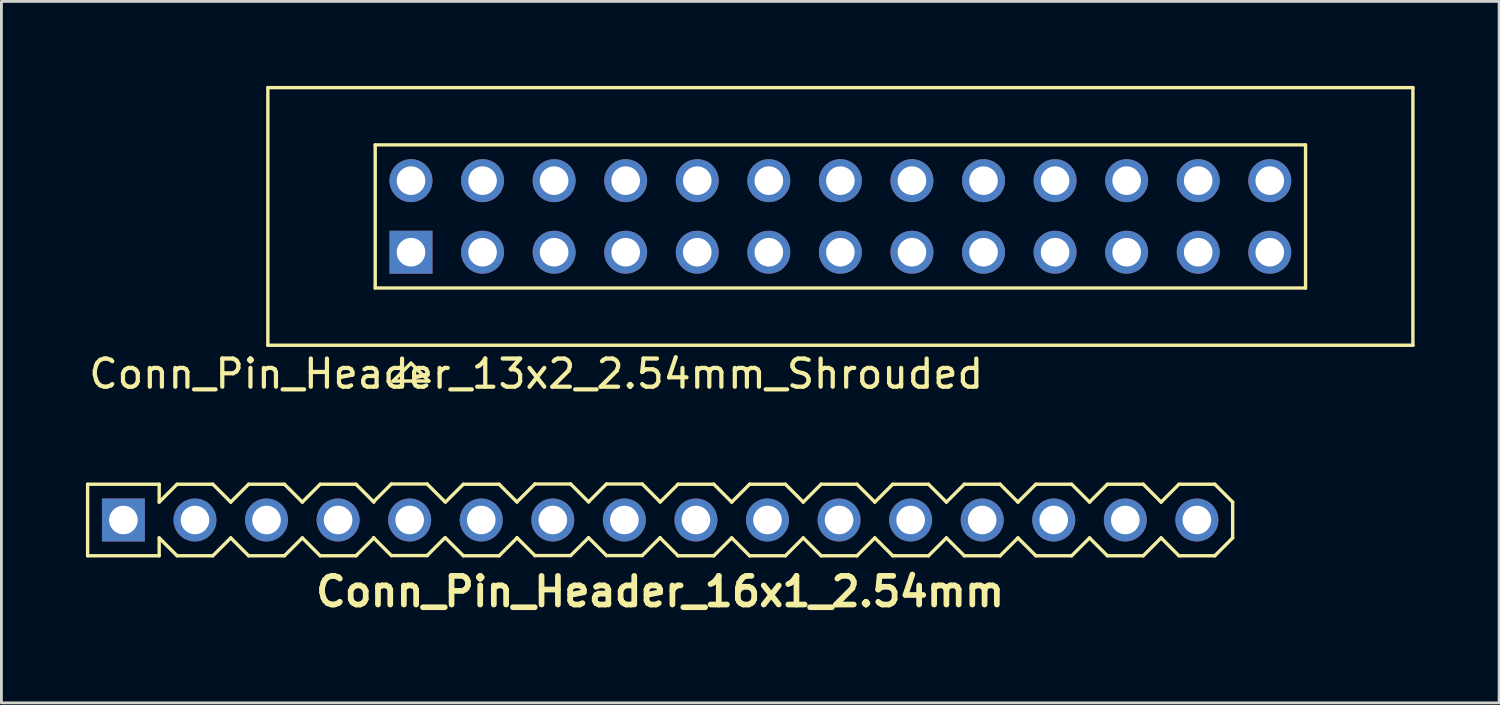
<source format=kicad_pcb>
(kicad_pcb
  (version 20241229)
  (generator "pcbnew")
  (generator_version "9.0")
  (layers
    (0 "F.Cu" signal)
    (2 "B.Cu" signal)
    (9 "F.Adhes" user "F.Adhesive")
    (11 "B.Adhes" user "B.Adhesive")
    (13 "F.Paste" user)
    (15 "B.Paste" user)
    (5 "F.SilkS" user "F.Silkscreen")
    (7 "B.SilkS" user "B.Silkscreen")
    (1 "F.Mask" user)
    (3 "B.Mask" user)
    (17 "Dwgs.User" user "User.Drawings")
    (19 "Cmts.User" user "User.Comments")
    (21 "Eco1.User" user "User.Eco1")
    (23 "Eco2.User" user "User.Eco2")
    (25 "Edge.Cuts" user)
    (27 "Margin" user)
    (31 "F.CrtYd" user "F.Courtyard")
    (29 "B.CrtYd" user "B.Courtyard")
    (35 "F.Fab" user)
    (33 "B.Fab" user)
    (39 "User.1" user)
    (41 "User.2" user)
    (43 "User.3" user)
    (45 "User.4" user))
  (footprint "Conn_Pin_Header_13x2_2.54mm_Shrouded"
    (layer "F.Cu")
    (at 26.777 4.632)
    (property "Reference" "Conn_Pin_Header_13x2_2.54mm_Shrouded" (at -10.795 5.588 0) (layer "F.SilkS") (effects (font (size 1 1) (thickness 0.15))))
    (attr through_hole)
    (fp_line (start -20.32 4.572) (end -20.32 -4.572) (stroke (width 0.12) (type solid)) (layer "F.SilkS"))
    (fp_line (start -20.32 4.572) (end 20.32 4.572) (stroke (width 0.12) (type solid)) (layer "F.SilkS"))
    (fp_line (start -16.51 -2.54) (end 16.51 -2.54) (stroke (width 0.12) (type solid)) (layer "F.SilkS"))
    (fp_line (start -16.51 2.54) (end -16.51 -2.54) (stroke (width 0.12) (type solid)) (layer "F.SilkS"))
    (fp_line (start -15.875 5.842) (end -15.24 5.207) (stroke (width 0.12) (type solid)) (layer "F.SilkS"))
    (fp_line (start -15.24 5.207) (end -14.605 5.842) (stroke (width 0.12) (type solid)) (layer "F.SilkS"))
    (fp_line (start -14.605 5.842) (end -15.875 5.842) (stroke (width 0.12) (type solid)) (layer "F.SilkS"))
    (fp_line (start 16.51 -2.54) (end 16.51 2.54) (stroke (width 0.12) (type solid)) (layer "F.SilkS"))
    (fp_line (start 16.51 2.54) (end -16.51 2.54) (stroke (width 0.12) (type solid)) (layer "F.SilkS"))
    (fp_line (start 20.32 -4.572) (end -20.32 -4.572) (stroke (width 0.12) (type solid)) (layer "F.SilkS"))
    (fp_line (start 20.32 -4.572) (end 20.32 4.572) (stroke (width 0.12) (type solid)) (layer "F.SilkS"))
    (pad "1" thru_hole rect (at -15.24 1.27) (size 1.524 1.524) (drill 1.016) (layers "*.Cu" "*.Mask"))
    (pad "2" thru_hole circle (at -15.24 -1.27) (size 1.524 1.524) (drill 1.016) (layers "*.Cu" "*.Mask"))
    (pad "3" thru_hole circle (at -12.7 1.27) (size 1.524 1.524) (drill 1.016) (layers "*.Cu" "*.Mask"))
    (pad "4" thru_hole circle (at -12.7 -1.27) (size 1.524 1.524) (drill 1.016) (layers "*.Cu" "*.Mask"))
    (pad "5" thru_hole circle (at -10.16 1.27) (size 1.524 1.524) (drill 1.016) (layers "*.Cu" "*.Mask"))
    (pad "6" thru_hole circle (at -10.16 -1.27) (size 1.524 1.524) (drill 1.016) (layers "*.Cu" "*.Mask"))
    (pad "7" thru_hole circle (at -7.62 1.27) (size 1.524 1.524) (drill 1.016) (layers "*.Cu" "*.Mask"))
    (pad "8" thru_hole circle (at -7.62 -1.27) (size 1.524 1.524) (drill 1.016) (layers "*.Cu" "*.Mask"))
    (pad "9" thru_hole circle (at -5.08 1.27) (size 1.524 1.524) (drill 1.016) (layers "*.Cu" "*.Mask"))
    (pad "10" thru_hole circle (at -5.08 -1.27) (size 1.524 1.524) (drill 1.016) (layers "*.Cu" "*.Mask"))
    (pad "11" thru_hole circle (at -2.54 1.27) (size 1.524 1.524) (drill 1.016) (layers "*.Cu" "*.Mask"))
    (pad "12" thru_hole circle (at -2.54 -1.27) (size 1.524 1.524) (drill 1.016) (layers "*.Cu" "*.Mask"))
    (pad "13" thru_hole circle (at 0 1.27) (size 1.524 1.524) (drill 1.016) (layers "*.Cu" "*.Mask"))
    (pad "14" thru_hole circle (at 0 -1.27) (size 1.524 1.524) (drill 1.016) (layers "*.Cu" "*.Mask"))
    (pad "15" thru_hole circle (at 2.54 1.27) (size 1.524 1.524) (drill 1.016) (layers "*.Cu" "*.Mask"))
    (pad "16" thru_hole circle (at 2.54 -1.27) (size 1.524 1.524) (drill 1.016) (layers "*.Cu" "*.Mask"))
    (pad "17" thru_hole circle (at 5.08 1.27) (size 1.524 1.524) (drill 1.016) (layers "*.Cu" "*.Mask"))
    (pad "18" thru_hole circle (at 5.08 -1.27) (size 1.524 1.524) (drill 1.016) (layers "*.Cu" "*.Mask"))
    (pad "19" thru_hole circle (at 7.62 1.27) (size 1.524 1.524) (drill 1.016) (layers "*.Cu" "*.Mask"))
    (pad "20" thru_hole circle (at 7.62 -1.27) (size 1.524 1.524) (drill 1.016) (layers "*.Cu" "*.Mask"))
    (pad "21" thru_hole circle (at 10.16 1.27) (size 1.524 1.524) (drill 1.016) (layers "*.Cu" "*.Mask"))
    (pad "22" thru_hole circle (at 10.16 -1.27) (size 1.524 1.524) (drill 1.016) (layers "*.Cu" "*.Mask"))
    (pad "23" thru_hole circle (at 12.7 1.27) (size 1.524 1.524) (drill 1.016) (layers "*.Cu" "*.Mask"))
    (pad "24" thru_hole circle (at 12.7 -1.27) (size 1.524 1.524) (drill 1.016) (layers "*.Cu" "*.Mask"))
    (pad "25" thru_hole circle (at 15.24 1.27) (size 1.524 1.524) (drill 1.016) (layers "*.Cu" "*.Mask"))
    (pad "26" thru_hole circle (at 15.24 -1.27) (size 1.524 1.524) (drill 1.016) (layers "*.Cu" "*.Mask")))
  (footprint "Conn_Pin_Header_16x1_2.54mm"
    (layer "F.Cu")
    (at 20.38 15.406)
    (property "Reference" "Conn_Pin_Header_16x1_2.54mm" (at 0 2.54 0) (layer "F.SilkS") (effects (font (size 1.016 1.016) (thickness 0.203))))
    (attr through_hole)
    (fp_line (start -20.32 -1.27) (end -20.32 1.27) (stroke (width 0.12) (type solid)) (layer "F.SilkS"))
    (fp_line (start -20.32 1.27) (end -17.78 1.27) (stroke (width 0.12) (type solid)) (layer "F.SilkS"))
    (fp_line (start -17.78 -1.27) (end -20.32 -1.27) (stroke (width 0.12) (type solid)) (layer "F.SilkS"))
    (fp_line (start -17.78 -0.635) (end -17.78 -1.27) (stroke (width 0.12) (type solid)) (layer "F.SilkS"))
    (fp_line (start -17.78 -0.635) (end -17.145 -1.27) (stroke (width 0.12) (type solid)) (layer "F.SilkS"))
    (fp_line (start -17.78 0.635) (end -17.145 1.27) (stroke (width 0.12) (type solid)) (layer "F.SilkS"))
    (fp_line (start -17.78 1.27) (end -17.78 0.635) (stroke (width 0.12) (type solid)) (layer "F.SilkS"))
    (fp_line (start -17.145 -1.27) (end -15.875 -1.27) (stroke (width 0.12) (type solid)) (layer "F.SilkS"))
    (fp_line (start -17.145 1.27) (end -15.875 1.27) (stroke (width 0.12) (type solid)) (layer "F.SilkS"))
    (fp_line (start -15.875 -1.27) (end -15.24 -0.635) (stroke (width 0.12) (type solid)) (layer "F.SilkS"))
    (fp_line (start -15.875 1.27) (end -15.24 0.635) (stroke (width 0.12) (type solid)) (layer "F.SilkS"))
    (fp_line (start -15.24 -0.635) (end -14.605 -1.27) (stroke (width 0.12) (type solid)) (layer "F.SilkS"))
    (fp_line (start -15.24 0.635) (end -14.605 1.27) (stroke (width 0.12) (type solid)) (layer "F.SilkS"))
    (fp_line (start -14.605 -1.27) (end -13.335 -1.27) (stroke (width 0.12) (type solid)) (layer "F.SilkS"))
    (fp_line (start -14.605 1.27) (end -13.335 1.27) (stroke (width 0.12) (type solid)) (layer "F.SilkS"))
    (fp_line (start -13.335 -1.27) (end -12.7 -0.635) (stroke (width 0.12) (type solid)) (layer "F.SilkS"))
    (fp_line (start -13.335 1.27) (end -12.7 0.635) (stroke (width 0.12) (type solid)) (layer "F.SilkS"))
    (fp_line (start -12.7 -0.635) (end -12.065 -1.27) (stroke (width 0.12) (type solid)) (layer "F.SilkS"))
    (fp_line (start -12.7 0.635) (end -12.065 1.27) (stroke (width 0.12) (type solid)) (layer "F.SilkS"))
    (fp_line (start -12.065 -1.27) (end -10.795 -1.27) (stroke (width 0.12) (type solid)) (layer "F.SilkS"))
    (fp_line (start -12.065 1.27) (end -10.795 1.27) (stroke (width 0.12) (type solid)) (layer "F.SilkS"))
    (fp_line (start -10.795 -1.27) (end -10.16 -0.635) (stroke (width 0.12) (type solid)) (layer "F.SilkS"))
    (fp_line (start -10.795 1.27) (end -10.16 0.635) (stroke (width 0.12) (type solid)) (layer "F.SilkS"))
    (fp_line (start -10.175 -0.643) (end -9.54 -1.278) (stroke (width 0.12) (type solid)) (layer "F.SilkS"))
    (fp_line (start -10.175 0.627) (end -9.54 1.262) (stroke (width 0.12) (type solid)) (layer "F.SilkS"))
    (fp_line (start -9.54 -1.278) (end -8.27 -1.278) (stroke (width 0.12) (type solid)) (layer "F.SilkS"))
    (fp_line (start -9.54 1.262) (end -8.27 1.262) (stroke (width 0.12) (type solid)) (layer "F.SilkS"))
    (fp_line (start -8.27 -1.278) (end -7.635 -0.643) (stroke (width 0.12) (type solid)) (layer "F.SilkS"))
    (fp_line (start -8.27 1.262) (end -7.635 0.627) (stroke (width 0.12) (type solid)) (layer "F.SilkS"))
    (fp_line (start -7.62 -0.635) (end -6.985 -1.27) (stroke (width 0.12) (type solid)) (layer "F.SilkS"))
    (fp_line (start -7.62 0.635) (end -6.985 1.27) (stroke (width 0.12) (type solid)) (layer "F.SilkS"))
    (fp_line (start -6.985 -1.27) (end -5.715 -1.27) (stroke (width 0.12) (type solid)) (layer "F.SilkS"))
    (fp_line (start -6.985 1.27) (end -5.715 1.27) (stroke (width 0.12) (type solid)) (layer "F.SilkS"))
    (fp_line (start -5.715 -1.27) (end -5.08 -0.635) (stroke (width 0.12) (type solid)) (layer "F.SilkS"))
    (fp_line (start -5.715 1.27) (end -5.08 0.635) (stroke (width 0.12) (type solid)) (layer "F.SilkS"))
    (fp_line (start -5.081 -0.643) (end -4.446 -1.278) (stroke (width 0.12) (type solid)) (layer "F.SilkS"))
    (fp_line (start -5.081 0.627) (end -4.446 1.262) (stroke (width 0.12) (type solid)) (layer "F.SilkS"))
    (fp_line (start -4.446 -1.278) (end -3.176 -1.278) (stroke (width 0.12) (type solid)) (layer "F.SilkS"))
    (fp_line (start -4.446 1.262) (end -3.176 1.262) (stroke (width 0.12) (type solid)) (layer "F.SilkS"))
    (fp_line (start -3.176 -1.278) (end -2.541 -0.643) (stroke (width 0.12) (type solid)) (layer "F.SilkS"))
    (fp_line (start -3.176 1.262) (end -2.541 0.627) (stroke (width 0.12) (type solid)) (layer "F.SilkS"))
    (fp_line (start -2.541 -0.643) (end -1.906 -1.278) (stroke (width 0.12) (type solid)) (layer "F.SilkS"))
    (fp_line (start -2.541 0.627) (end -1.906 1.262) (stroke (width 0.12) (type solid)) (layer "F.SilkS"))
    (fp_line (start -1.906 -1.278) (end -0.636 -1.278) (stroke (width 0.12) (type solid)) (layer "F.SilkS"))
    (fp_line (start -1.906 1.262) (end -0.636 1.262) (stroke (width 0.12) (type solid)) (layer "F.SilkS"))
    (fp_line (start -0.636 -1.278) (end -0.001 -0.643) (stroke (width 0.12) (type solid)) (layer "F.SilkS"))
    (fp_line (start -0.636 1.262) (end -0.001 0.627) (stroke (width 0.12) (type solid)) (layer "F.SilkS"))
    (fp_line (start 0 -0.635) (end 0.635 -1.27) (stroke (width 0.12) (type solid)) (layer "F.SilkS"))
    (fp_line (start 0 0.635) (end 0.635 1.27) (stroke (width 0.12) (type solid)) (layer "F.SilkS"))
    (fp_line (start 0.635 -1.27) (end 1.905 -1.27) (stroke (width 0.12) (type solid)) (layer "F.SilkS"))
    (fp_line (start 0.635 1.27) (end 1.905 1.27) (stroke (width 0.12) (type solid)) (layer "F.SilkS"))
    (fp_line (start 1.905 -1.27) (end 2.54 -0.635) (stroke (width 0.12) (type solid)) (layer "F.SilkS"))
    (fp_line (start 1.905 1.27) (end 2.54 0.635) (stroke (width 0.12) (type solid)) (layer "F.SilkS"))
    (fp_line (start 2.54 -0.635) (end 3.175 -1.27) (stroke (width 0.12) (type solid)) (layer "F.SilkS"))
    (fp_line (start 2.54 0.635) (end 3.175 1.27) (stroke (width 0.12) (type solid)) (layer "F.SilkS"))
    (fp_line (start 3.175 -1.27) (end 4.445 -1.27) (stroke (width 0.12) (type solid)) (layer "F.SilkS"))
    (fp_line (start 3.175 1.27) (end 4.445 1.27) (stroke (width 0.12) (type solid)) (layer "F.SilkS"))
    (fp_line (start 4.445 -1.27) (end 5.08 -0.635) (stroke (width 0.12) (type solid)) (layer "F.SilkS"))
    (fp_line (start 4.445 1.27) (end 5.08 0.635) (stroke (width 0.12) (type solid)) (layer "F.SilkS"))
    (fp_line (start 5.08 -0.635) (end 5.715 -1.27) (stroke (width 0.12) (type solid)) (layer "F.SilkS"))
    (fp_line (start 5.08 0.635) (end 5.715 1.27) (stroke (width 0.12) (type solid)) (layer "F.SilkS"))
    (fp_line (start 5.715 -1.27) (end 6.985 -1.27) (stroke (width 0.12) (type solid)) (layer "F.SilkS"))
    (fp_line (start 5.715 1.27) (end 6.985 1.27) (stroke (width 0.12) (type solid)) (layer "F.SilkS"))
    (fp_line (start 6.985 -1.27) (end 7.62 -0.635) (stroke (width 0.12) (type solid)) (layer "F.SilkS"))
    (fp_line (start 6.985 1.27) (end 7.62 0.635) (stroke (width 0.12) (type solid)) (layer "F.SilkS"))
    (fp_line (start 7.62 -0.635) (end 8.255 -1.27) (stroke (width 0.12) (type solid)) (layer "F.SilkS"))
    (fp_line (start 7.62 0.635) (end 8.255 1.27) (stroke (width 0.12) (type solid)) (layer "F.SilkS"))
    (fp_line (start 8.255 -1.27) (end 9.525 -1.27) (stroke (width 0.12) (type solid)) (layer "F.SilkS"))
    (fp_line (start 8.255 1.27) (end 9.525 1.27) (stroke (width 0.12) (type solid)) (layer "F.SilkS"))
    (fp_line (start 9.525 -1.27) (end 10.16 -0.635) (stroke (width 0.12) (type solid)) (layer "F.SilkS"))
    (fp_line (start 9.525 1.27) (end 10.16 0.635) (stroke (width 0.12) (type solid)) (layer "F.SilkS"))
    (fp_line (start 10.16 -0.635) (end 10.795 -1.27) (stroke (width 0.12) (type solid)) (layer "F.SilkS"))
    (fp_line (start 10.16 0.635) (end 10.795 1.27) (stroke (width 0.12) (type solid)) (layer "F.SilkS"))
    (fp_line (start 10.795 -1.27) (end 12.065 -1.27) (stroke (width 0.12) (type solid)) (layer "F.SilkS"))
    (fp_line (start 10.795 1.27) (end 12.065 1.27) (stroke (width 0.12) (type solid)) (layer "F.SilkS"))
    (fp_line (start 12.065 -1.27) (end 12.7 -0.635) (stroke (width 0.12) (type solid)) (layer "F.SilkS"))
    (fp_line (start 12.065 1.27) (end 12.7 0.635) (stroke (width 0.12) (type solid)) (layer "F.SilkS"))
    (fp_line (start 12.7 -0.635) (end 13.335 -1.27) (stroke (width 0.12) (type solid)) (layer "F.SilkS"))
    (fp_line (start 12.7 0.635) (end 13.335 1.27) (stroke (width 0.12) (type solid)) (layer "F.SilkS"))
    (fp_line (start 13.335 -1.27) (end 14.605 -1.27) (stroke (width 0.12) (type solid)) (layer "F.SilkS"))
    (fp_line (start 13.335 1.27) (end 14.605 1.27) (stroke (width 0.12) (type solid)) (layer "F.SilkS"))
    (fp_line (start 14.605 -1.27) (end 15.24 -0.635) (stroke (width 0.12) (type solid)) (layer "F.SilkS"))
    (fp_line (start 14.605 1.27) (end 15.24 0.635) (stroke (width 0.12) (type solid)) (layer "F.SilkS"))
    (fp_line (start 15.24 -0.635) (end 15.875 -1.27) (stroke (width 0.12) (type solid)) (layer "F.SilkS"))
    (fp_line (start 15.24 0.635) (end 15.875 1.27) (stroke (width 0.12) (type solid)) (layer "F.SilkS"))
    (fp_line (start 15.875 -1.27) (end 17.145 -1.27) (stroke (width 0.12) (type solid)) (layer "F.SilkS"))
    (fp_line (start 15.875 1.27) (end 17.145 1.27) (stroke (width 0.12) (type solid)) (layer "F.SilkS"))
    (fp_line (start 17.145 -1.27) (end 17.78 -0.635) (stroke (width 0.12) (type solid)) (layer "F.SilkS"))
    (fp_line (start 17.145 1.27) (end 17.78 0.635) (stroke (width 0.12) (type solid)) (layer "F.SilkS"))
    (fp_line (start 17.78 -0.635) (end 18.415 -1.27) (stroke (width 0.12) (type solid)) (layer "F.SilkS"))
    (fp_line (start 17.78 0.635) (end 18.415 1.27) (stroke (width 0.12) (type solid)) (layer "F.SilkS"))
    (fp_line (start 18.415 -1.27) (end 19.685 -1.27) (stroke (width 0.12) (type solid)) (layer "F.SilkS"))
    (fp_line (start 18.415 1.27) (end 19.685 1.27) (stroke (width 0.12) (type solid)) (layer "F.SilkS"))
    (fp_line (start 19.685 -1.27) (end 20.32 -0.635) (stroke (width 0.12) (type solid)) (layer "F.SilkS"))
    (fp_line (start 19.685 1.27) (end 20.32 0.635) (stroke (width 0.12) (type solid)) (layer "F.SilkS"))
    (fp_line (start 20.32 -0.635) (end 20.32 0.635) (stroke (width 0.12) (type solid)) (layer "F.SilkS"))
    (pad "1" thru_hole rect (at -19.05 0) (size 1.524 1.524) (drill 1.016) (layers "*.Cu" "*.Mask"))
    (pad "2" thru_hole circle (at -16.51 0) (size 1.524 1.524) (drill 1.016) (layers "*.Cu" "*.Mask"))
    (pad "3" thru_hole circle (at -13.97 0) (size 1.524 1.524) (drill 1.016) (layers "*.Cu" "*.Mask"))
    (pad "4" thru_hole circle (at -11.43 0) (size 1.524 1.524) (drill 1.016) (layers "*.Cu" "*.Mask"))
    (pad "5" thru_hole circle (at -8.89 0) (size 1.524 1.524) (drill 1.016) (layers "*.Cu" "*.Mask"))
    (pad "6" thru_hole circle (at -6.35 0) (size 1.524 1.524) (drill 1.016) (layers "*.Cu" "*.Mask"))
    (pad "7" thru_hole circle (at -3.81 0) (size 1.524 1.524) (drill 1.016) (layers "*.Cu" "*.Mask"))
    (pad "8" thru_hole circle (at -1.27 0) (size 1.524 1.524) (drill 1.016) (layers "*.Cu" "*.Mask"))
    (pad "9" thru_hole circle (at 1.27 0) (size 1.524 1.524) (drill 1.016) (layers "*.Cu" "*.Mask"))
    (pad "10" thru_hole circle (at 3.81 0) (size 1.524 1.524) (drill 1.016) (layers "*.Cu" "*.Mask"))
    (pad "11" thru_hole circle (at 6.35 0) (size 1.524 1.524) (drill 1.016) (layers "*.Cu" "*.Mask"))
    (pad "12" thru_hole circle (at 8.89 0) (size 1.524 1.524) (drill 1.016) (layers "*.Cu" "*.Mask"))
    (pad "13" thru_hole circle (at 11.43 0) (size 1.524 1.524) (drill 1.016) (layers "*.Cu" "*.Mask"))
    (pad "14" thru_hole circle (at 13.97 0) (size 1.524 1.524) (drill 1.016) (layers "*.Cu" "*.Mask"))
    (pad "15" thru_hole circle (at 16.51 0) (size 1.524 1.524) (drill 1.016) (layers "*.Cu" "*.Mask"))
    (pad "16" thru_hole circle (at 19.05 0) (size 1.524 1.524) (drill 1.016) (layers "*.Cu" "*.Mask")))
  (gr_rect
    (start -3 -3)
    (end 50.157 21.897)
    (stroke (width 0.1) (type default))
    (fill no)
    (layer "Edge.Cuts")))
</source>
